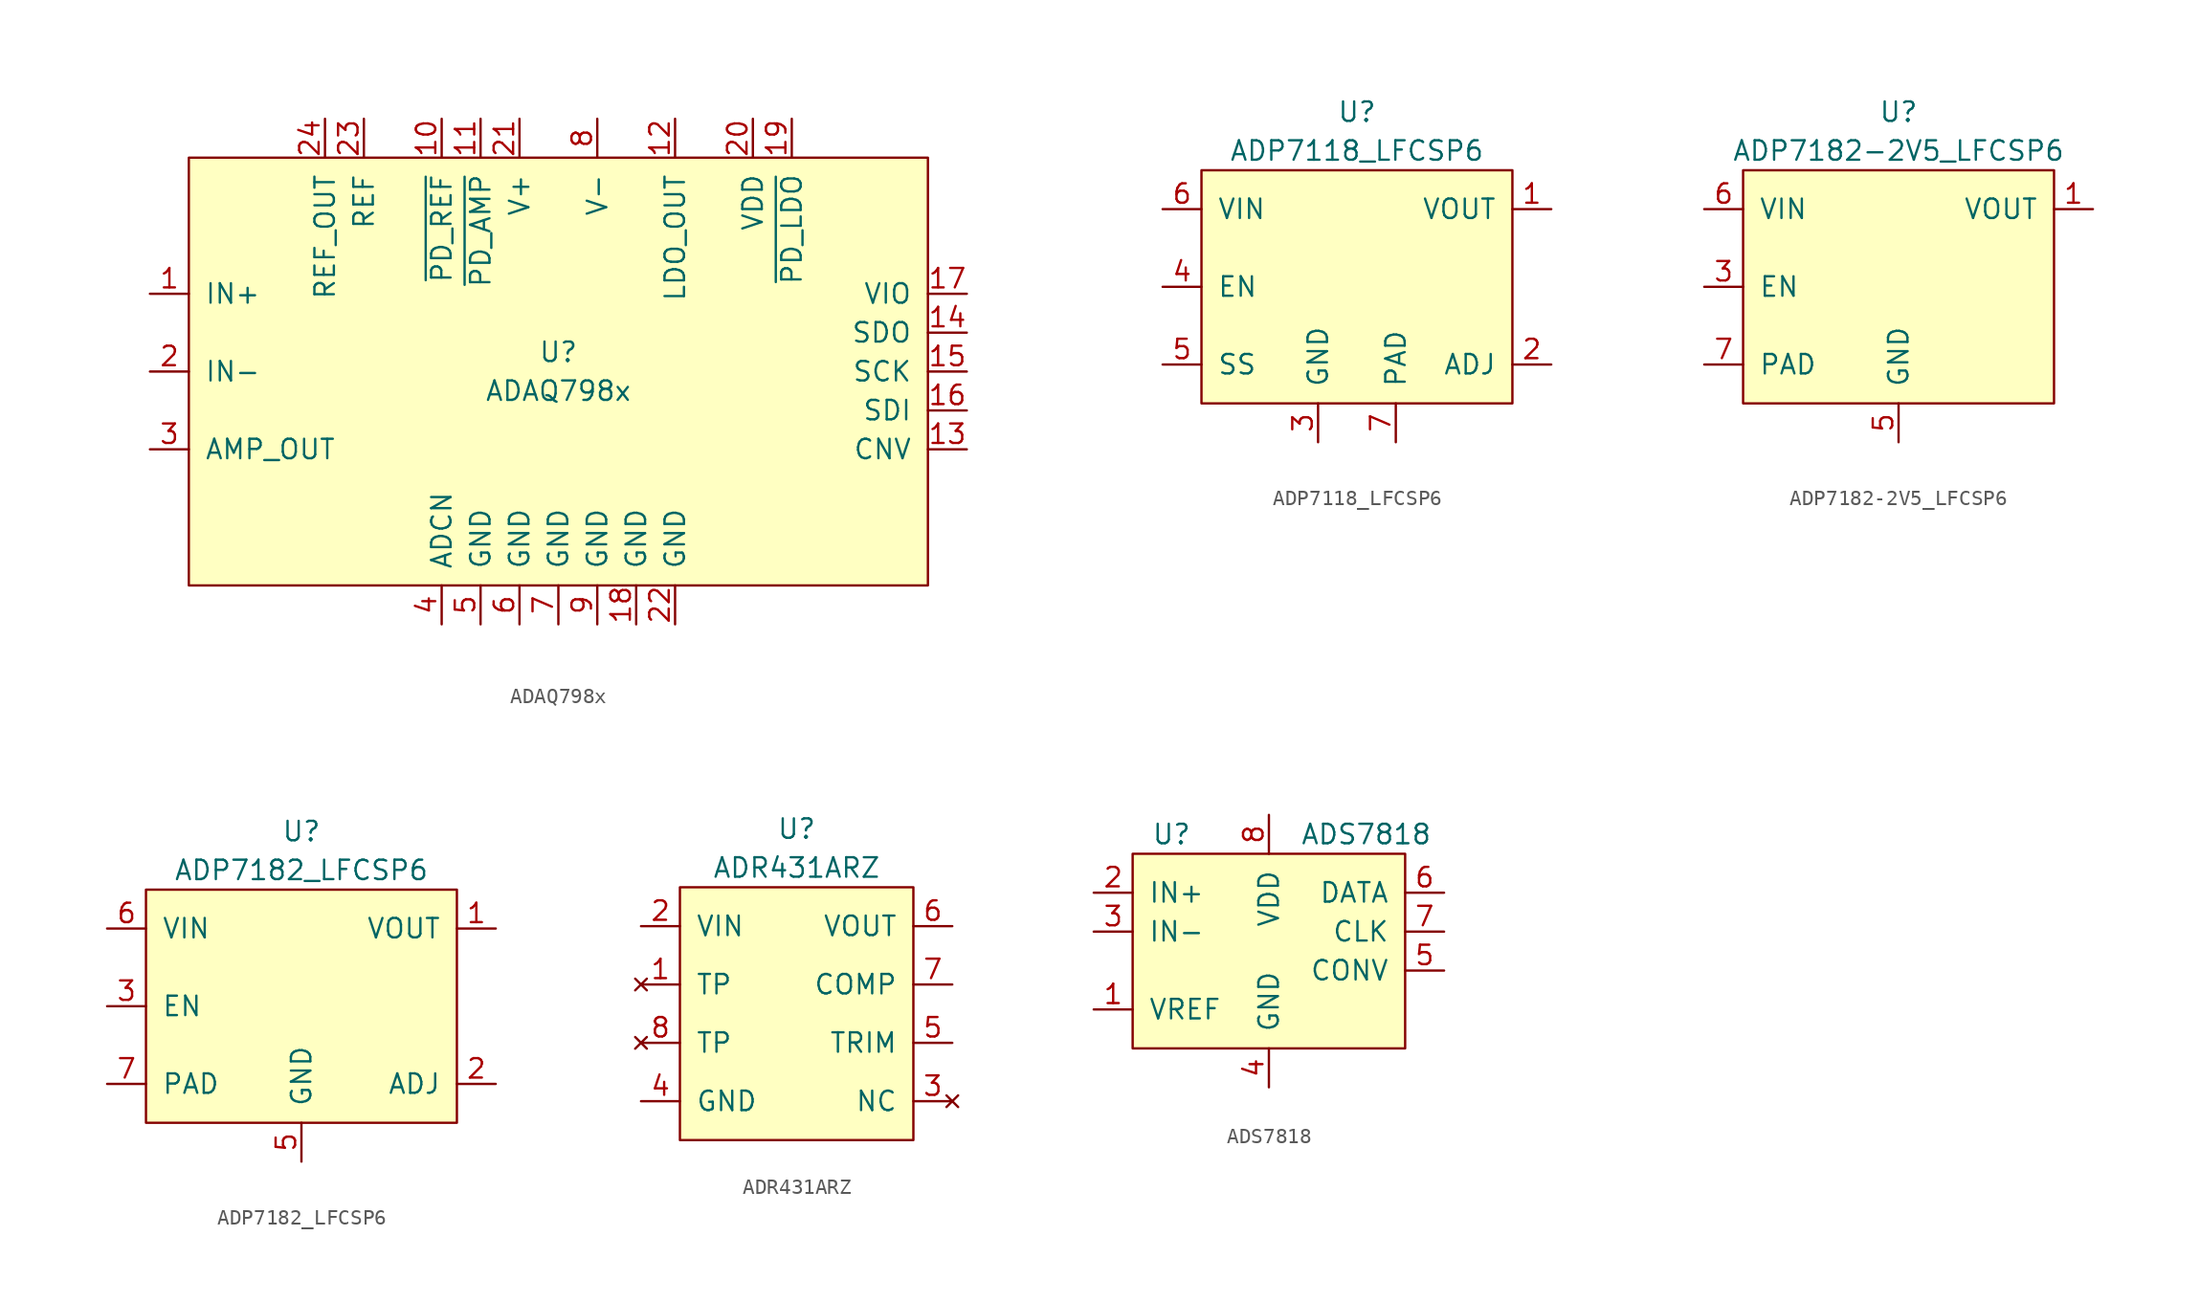
<source format=kicad_sym>
(kicad_symbol_lib
  (version 20211014)
  (generator kicad_symbol_editor)
  (symbol "ADAQ798x"
    (pin_names
      (offset 1.016))
    (property "Reference" "U"
      (at 0 1.27 0)
      (effects (font (size 1.27 1.27))))
    (property "Value" "ADAQ798x"
      (at 0 -1.27 0)
      (effects (font (size 1.27 1.27))))
    (symbol "ADAQ798x_0_1"
      (rectangle (start -24.13 13.97) (end 24.13 -13.97) (stroke (width 0) (type default) (color 0 0 0 0)) (fill (type background))))
    (symbol "ADAQ798x_1_1"
      (pin input line (at -26.67 5.08 0) (length 2.54) (name "IN+" (effects (font (size 1.27 1.27)))) (number "1" (effects (font (size 1.27 1.27)))))
      (pin input line (at -7.62 16.51 270) (length 2.54) (name "~{PD_REF}" (effects (font (size 1.27 1.27)))) (number "10" (effects (font (size 1.27 1.27)))))
      (pin input line (at -5.08 16.51 270) (length 2.54) (name "~{PD_AMP}" (effects (font (size 1.27 1.27)))) (number "11" (effects (font (size 1.27 1.27)))))
      (pin passive line (at 7.62 16.51 270) (length 2.54) (name "LDO_OUT" (effects (font (size 1.27 1.27)))) (number "12" (effects (font (size 1.27 1.27)))))
      (pin input line (at 26.67 -5.08 180) (length 2.54) (name "CNV" (effects (font (size 1.27 1.27)))) (number "13" (effects (font (size 1.27 1.27)))))
      (pin output line (at 26.67 2.54 180) (length 2.54) (name "SDO" (effects (font (size 1.27 1.27)))) (number "14" (effects (font (size 1.27 1.27)))))
      (pin input line (at 26.67 0 180) (length 2.54) (name "SCK" (effects (font (size 1.27 1.27)))) (number "15" (effects (font (size 1.27 1.27)))))
      (pin input line (at 26.67 -2.54 180) (length 2.54) (name "SDI" (effects (font (size 1.27 1.27)))) (number "16" (effects (font (size 1.27 1.27)))))
      (pin passive line (at 26.67 5.08 180) (length 2.54) (name "VIO" (effects (font (size 1.27 1.27)))) (number "17" (effects (font (size 1.27 1.27)))))
      (pin passive line (at 5.08 -16.51 90) (length 2.54) (name "GND" (effects (font (size 1.27 1.27)))) (number "18" (effects (font (size 1.27 1.27)))))
      (pin input line (at 15.24 16.51 270) (length 2.54) (name "~{PD_LDO}" (effects (font (size 1.27 1.27)))) (number "19" (effects (font (size 1.27 1.27)))))
      (pin input line (at -26.67 0 0) (length 2.54) (name "IN-" (effects (font (size 1.27 1.27)))) (number "2" (effects (font (size 1.27 1.27)))))
      (pin power_in line (at 12.7 16.51 270) (length 2.54) (name "VDD" (effects (font (size 1.27 1.27)))) (number "20" (effects (font (size 1.27 1.27)))))
      (pin power_in line (at -2.54 16.51 270) (length 2.54) (name "V+" (effects (font (size 1.27 1.27)))) (number "21" (effects (font (size 1.27 1.27)))))
      (pin passive line (at 7.62 -16.51 90) (length 2.54) (name "GND" (effects (font (size 1.27 1.27)))) (number "22" (effects (font (size 1.27 1.27)))))
      (pin passive line (at -12.7 16.51 270) (length 2.54) (name "REF" (effects (font (size 1.27 1.27)))) (number "23" (effects (font (size 1.27 1.27)))))
      (pin output line (at -15.24 16.51 270) (length 2.54) (name "REF_OUT" (effects (font (size 1.27 1.27)))) (number "24" (effects (font (size 1.27 1.27)))))
      (pin output line (at -26.67 -5.08 0) (length 2.54) (name "AMP_OUT" (effects (font (size 1.27 1.27)))) (number "3" (effects (font (size 1.27 1.27)))))
      (pin passive line (at -7.62 -16.51 90) (length 2.54) (name "ADCN" (effects (font (size 1.27 1.27)))) (number "4" (effects (font (size 1.27 1.27)))))
      (pin passive line (at -5.08 -16.51 90) (length 2.54) (name "GND" (effects (font (size 1.27 1.27)))) (number "5" (effects (font (size 1.27 1.27)))))
      (pin passive line (at -2.54 -16.51 90) (length 2.54) (name "GND" (effects (font (size 1.27 1.27)))) (number "6" (effects (font (size 1.27 1.27)))))
      (pin passive line (at 0 -16.51 90) (length 2.54) (name "GND" (effects (font (size 1.27 1.27)))) (number "7" (effects (font (size 1.27 1.27)))))
      (pin power_in line (at 2.54 16.51 270) (length 2.54) (name "V-" (effects (font (size 1.27 1.27)))) (number "8" (effects (font (size 1.27 1.27)))))
      (pin passive line (at 2.54 -16.51 90) (length 2.54) (name "GND" (effects (font (size 1.27 1.27)))) (number "9" (effects (font (size 1.27 1.27)))))))
  (symbol "ADP7118_LFCSP6"
    (pin_names
      (offset 1.016))
    (property "Reference" "U"
      (at 0 11.43 0)
      (effects (font (size 1.27 1.27))))
    (property "Value" "ADP7118_LFCSP6"
      (at 0 8.89 0)
      (effects (font (size 1.27 1.27))))
    (symbol "ADP7118_LFCSP6_0_1"
      (rectangle (start -10.16 7.62) (end 10.16 -7.62) (stroke (width 0) (type default) (color 0 0 0 0)) (fill (type background))))
    (symbol "ADP7118_LFCSP6_1_1"
      (pin power_out line (at 12.7 5.08 180) (length 2.54) (name "VOUT" (effects (font (size 1.27 1.27)))) (number "1" (effects (font (size 1.27 1.27)))))
      (pin passive line (at 12.7 -5.08 180) (length 2.54) (name "ADJ" (effects (font (size 1.27 1.27)))) (number "2" (effects (font (size 1.27 1.27)))))
      (pin passive line (at -2.54 -10.16 90) (length 2.54) (name "GND" (effects (font (size 1.27 1.27)))) (number "3" (effects (font (size 1.27 1.27)))))
      (pin passive line (at -12.7 0 0) (length 2.54) (name "EN" (effects (font (size 1.27 1.27)))) (number "4" (effects (font (size 1.27 1.27)))))
      (pin passive line (at -12.7 -5.08 0) (length 2.54) (name "SS" (effects (font (size 1.27 1.27)))) (number "5" (effects (font (size 1.27 1.27)))))
      (pin power_in line (at -12.7 5.08 0) (length 2.54) (name "VIN" (effects (font (size 1.27 1.27)))) (number "6" (effects (font (size 1.27 1.27)))))
      (pin passive line (at 2.54 -10.16 90) (length 2.54) (name "PAD" (effects (font (size 1.27 1.27)))) (number "7" (effects (font (size 1.27 1.27)))))))
  (symbol "ADP7182-2V5_LFCSP6"
    (pin_names
      (offset 1.016))
    (property "Reference" "U"
      (at 0 11.43 0)
      (effects (font (size 1.27 1.27))))
    (property "Value" "ADP7182-2V5_LFCSP6"
      (at 0 8.89 0)
      (effects (font (size 1.27 1.27))))
    (symbol "ADP7182-2V5_LFCSP6_0_1"
      (rectangle (start -10.16 7.62) (end 10.16 -7.62) (stroke (width 0) (type default) (color 0 0 0 0)) (fill (type background))))
    (symbol "ADP7182-2V5_LFCSP6_1_1"
      (pin power_out line (at 12.7 5.08 180) (length 2.54) (name "VOUT" (effects (font (size 1.27 1.27)))) (number "1" (effects (font (size 1.27 1.27)))))
      (pin passive non_logic (at 10.16 -5.08 180) (length 0) hide (name "NC" (effects (font (size 1.27 1.27)))) (number "2" (effects (font (size 1.27 1.27)))))
      (pin passive line (at -12.7 0 0) (length 2.54) (name "EN" (effects (font (size 1.27 1.27)))) (number "3" (effects (font (size 1.27 1.27)))))
      (pin no_connect non_logic (at 10.16 0 180) (length 0) hide (name "NC" (effects (font (size 1.27 1.27)))) (number "4" (effects (font (size 1.27 1.27)))))
      (pin passive line (at 0 -10.16 90) (length 2.54) (name "GND" (effects (font (size 1.27 1.27)))) (number "5" (effects (font (size 1.27 1.27)))))
      (pin power_in line (at -12.7 5.08 0) (length 2.54) (name "VIN" (effects (font (size 1.27 1.27)))) (number "6" (effects (font (size 1.27 1.27)))))
      (pin passive line (at -12.7 -5.08 0) (length 2.54) (name "PAD" (effects (font (size 1.27 1.27)))) (number "7" (effects (font (size 1.27 1.27)))))))
  (symbol "ADP7182_LFCSP6"
    (pin_names
      (offset 1.016))
    (property "Reference" "U"
      (at 0 11.43 0)
      (effects (font (size 1.27 1.27))))
    (property "Value" "ADP7182_LFCSP6"
      (at 0 8.89 0)
      (effects (font (size 1.27 1.27))))
    (symbol "ADP7182_LFCSP6_0_1"
      (rectangle (start -10.16 7.62) (end 10.16 -7.62) (stroke (width 0) (type default) (color 0 0 0 0)) (fill (type background))))
    (symbol "ADP7182_LFCSP6_1_1"
      (pin power_out line (at 12.7 5.08 180) (length 2.54) (name "VOUT" (effects (font (size 1.27 1.27)))) (number "1" (effects (font (size 1.27 1.27)))))
      (pin passive line (at 12.7 -5.08 180) (length 2.54) (name "ADJ" (effects (font (size 1.27 1.27)))) (number "2" (effects (font (size 1.27 1.27)))))
      (pin passive line (at -12.7 0 0) (length 2.54) (name "EN" (effects (font (size 1.27 1.27)))) (number "3" (effects (font (size 1.27 1.27)))))
      (pin no_connect non_logic (at 10.16 0 180) (length 0) hide (name "NC" (effects (font (size 1.27 1.27)))) (number "4" (effects (font (size 1.27 1.27)))))
      (pin passive line (at 0 -10.16 90) (length 2.54) (name "GND" (effects (font (size 1.27 1.27)))) (number "5" (effects (font (size 1.27 1.27)))))
      (pin power_in line (at -12.7 5.08 0) (length 2.54) (name "VIN" (effects (font (size 1.27 1.27)))) (number "6" (effects (font (size 1.27 1.27)))))
      (pin passive line (at -12.7 -5.08 0) (length 2.54) (name "PAD" (effects (font (size 1.27 1.27)))) (number "7" (effects (font (size 1.27 1.27)))))))
  (symbol "ADR431ARZ"
    (pin_names
      (offset 1.016))
    (property "Reference" "U"
      (at 0 11.43 0)
      (effects (font (size 1.27 1.27))))
    (property "Value" "ADR431ARZ"
      (at 0 8.89 0)
      (effects (font (size 1.27 1.27))))
    (symbol "ADR431ARZ_0_1"
      (rectangle (start -7.62 7.62) (end 7.62 -8.89) (stroke (width 0) (type default) (color 0 0 0 0)) (fill (type background))))
    (symbol "ADR431ARZ_1_1"
      (pin no_connect line (at -10.16 1.27 0) (length 2.54) (name "TP" (effects (font (size 1.27 1.27)))) (number "1" (effects (font (size 1.27 1.27)))))
      (pin power_in line (at -10.16 5.08 0) (length 2.54) (name "VIN" (effects (font (size 1.27 1.27)))) (number "2" (effects (font (size 1.27 1.27)))))
      (pin no_connect line (at 10.16 -6.35 180) (length 2.54) (name "NC" (effects (font (size 1.27 1.27)))) (number "3" (effects (font (size 1.27 1.27)))))
      (pin passive line (at -10.16 -6.35 0) (length 2.54) (name "GND" (effects (font (size 1.27 1.27)))) (number "4" (effects (font (size 1.27 1.27)))))
      (pin input line (at 10.16 -2.54 180) (length 2.54) (name "TRIM" (effects (font (size 1.27 1.27)))) (number "5" (effects (font (size 1.27 1.27)))))
      (pin power_out line (at 10.16 5.08 180) (length 2.54) (name "VOUT" (effects (font (size 1.27 1.27)))) (number "6" (effects (font (size 1.27 1.27)))))
      (pin input line (at 10.16 1.27 180) (length 2.54) (name "COMP" (effects (font (size 1.27 1.27)))) (number "7" (effects (font (size 1.27 1.27)))))
      (pin no_connect line (at -10.16 -2.54 0) (length 2.54) (name "TP" (effects (font (size 1.27 1.27)))) (number "8" (effects (font (size 1.27 1.27)))))))
  (symbol "ADS7818"
    (pin_names
      (offset 1.016))
    (property "Reference" "U"
      (at -6.35 7.62 0)
      (effects (font (size 1.27 1.27))))
    (property "Value" "ADS7818"
      (at 6.35 7.62 0)
      (effects (font (size 1.27 1.27))))
    (symbol "ADS7818_0_1"
      (rectangle (start -8.89 6.35) (end 8.89 -6.35) (stroke (width 0) (type default) (color 0 0 0 0)) (fill (type background))))
    (symbol "ADS7818_1_1"
      (pin output line (at -11.43 -3.81 0) (length 2.54) (name "VREF" (effects (font (size 1.27 1.27)))) (number "1" (effects (font (size 1.27 1.27)))))
      (pin input line (at -11.43 3.81 0) (length 2.54) (name "IN+" (effects (font (size 1.27 1.27)))) (number "2" (effects (font (size 1.27 1.27)))))
      (pin input line (at -11.43 1.27 0) (length 2.54) (name "IN-" (effects (font (size 1.27 1.27)))) (number "3" (effects (font (size 1.27 1.27)))))
      (pin input line (at 0 -8.89 90) (length 2.54) (name "GND" (effects (font (size 1.27 1.27)))) (number "4" (effects (font (size 1.27 1.27)))))
      (pin input line (at 11.43 -1.27 180) (length 2.54) (name "CONV" (effects (font (size 1.27 1.27)))) (number "5" (effects (font (size 1.27 1.27)))))
      (pin input line (at 11.43 3.81 180) (length 2.54) (name "DATA" (effects (font (size 1.27 1.27)))) (number "6" (effects (font (size 1.27 1.27)))))
      (pin input line (at 11.43 1.27 180) (length 2.54) (name "CLK" (effects (font (size 1.27 1.27)))) (number "7" (effects (font (size 1.27 1.27)))))
      (pin passive line (at 0 8.89 270) (length 2.54) (name "VDD" (effects (font (size 1.27 1.27)))) (number "8" (effects (font (size 1.27 1.27))))))))
</source>
